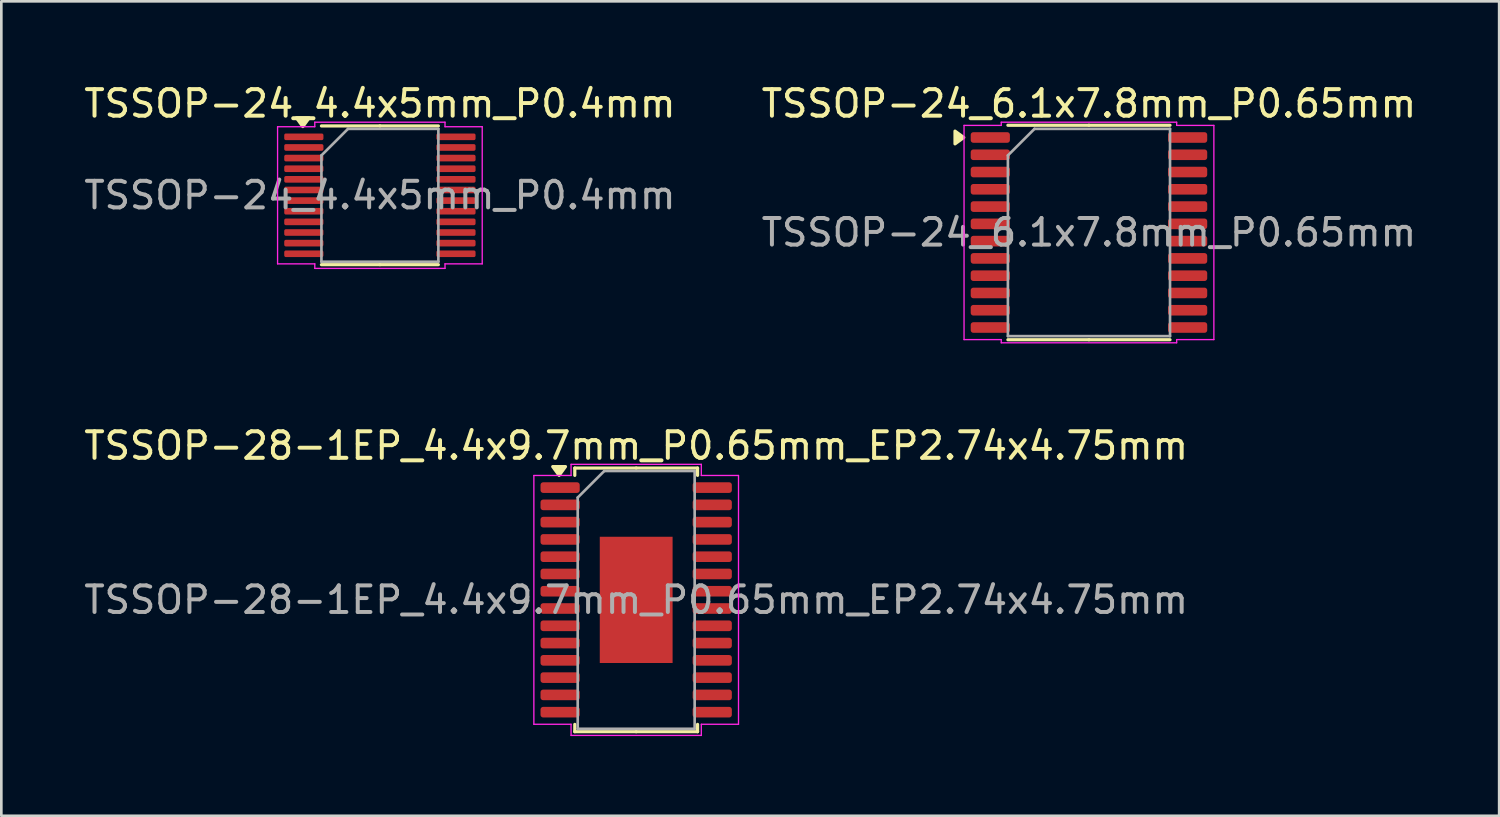
<source format=kicad_pcb>
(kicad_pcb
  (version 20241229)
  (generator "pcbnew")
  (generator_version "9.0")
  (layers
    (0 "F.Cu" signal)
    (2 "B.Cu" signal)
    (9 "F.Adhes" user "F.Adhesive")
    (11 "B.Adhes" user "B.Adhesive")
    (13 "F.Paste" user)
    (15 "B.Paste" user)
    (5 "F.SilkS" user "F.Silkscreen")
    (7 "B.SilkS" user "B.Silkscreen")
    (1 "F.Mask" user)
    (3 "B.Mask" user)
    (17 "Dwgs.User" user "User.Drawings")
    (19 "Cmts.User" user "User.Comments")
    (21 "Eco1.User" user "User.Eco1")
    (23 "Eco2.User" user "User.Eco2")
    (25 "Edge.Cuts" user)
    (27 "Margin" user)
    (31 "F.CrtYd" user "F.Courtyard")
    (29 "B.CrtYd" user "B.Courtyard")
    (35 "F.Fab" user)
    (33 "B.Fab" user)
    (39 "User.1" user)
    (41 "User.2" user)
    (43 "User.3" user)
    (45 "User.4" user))
  (footprint "TSSOP-28-1EP_4.4x9.7mm_P0.65mm_EP2.74x4.75mm"
    (layer "F.Cu")
    (at 20.887 19.521)
    (property "Reference" "TSSOP-28-1EP_4.4x9.7mm_P0.65mm_EP2.74x4.75mm" (at 0 -5.8 0) (layer "F.SilkS") (effects (font (size 1 1) (thickness 0.15))))
    (attr smd)
    (fp_line (start -2.31 -4.96) (end -2.31 -4.685) (stroke (width 0.12) (type solid)) (layer "F.SilkS"))
    (fp_line (start -2.31 4.96) (end -2.31 4.685) (stroke (width 0.12) (type solid)) (layer "F.SilkS"))
    (fp_line (start 0 -4.96) (end -2.31 -4.96) (stroke (width 0.12) (type solid)) (layer "F.SilkS"))
    (fp_line (start 0 -4.96) (end 2.31 -4.96) (stroke (width 0.12) (type solid)) (layer "F.SilkS"))
    (fp_line (start 0 4.96) (end -2.31 4.96) (stroke (width 0.12) (type solid)) (layer "F.SilkS"))
    (fp_line (start 0 4.96) (end 2.31 4.96) (stroke (width 0.12) (type solid)) (layer "F.SilkS"))
    (fp_line (start 2.31 -4.96) (end 2.31 -4.685) (stroke (width 0.12) (type solid)) (layer "F.SilkS"))
    (fp_line (start 2.31 4.96) (end 2.31 4.685) (stroke (width 0.12) (type solid)) (layer "F.SilkS"))
    (fp_poly (pts (xy -2.9 -4.685) (xy -3.14 -5.015) (xy -2.66 -5.015)) (stroke (width 0.12) (type solid)) (fill yes) (layer "F.SilkS"))
    (fp_line (start -3.85 -4.68) (end -2.45 -4.68) (stroke (width 0.05) (type solid)) (layer "F.CrtYd"))
    (fp_line (start -3.85 4.68) (end -3.85 -4.68) (stroke (width 0.05) (type solid)) (layer "F.CrtYd"))
    (fp_line (start -2.45 -5.1) (end 2.45 -5.1) (stroke (width 0.05) (type solid)) (layer "F.CrtYd"))
    (fp_line (start -2.45 -4.68) (end -2.45 -5.1) (stroke (width 0.05) (type solid)) (layer "F.CrtYd"))
    (fp_line (start -2.45 4.68) (end -3.85 4.68) (stroke (width 0.05) (type solid)) (layer "F.CrtYd"))
    (fp_line (start -2.45 5.1) (end -2.45 4.68) (stroke (width 0.05) (type solid)) (layer "F.CrtYd"))
    (fp_line (start 2.45 -5.1) (end 2.45 -4.68) (stroke (width 0.05) (type solid)) (layer "F.CrtYd"))
    (fp_line (start 2.45 -4.68) (end 3.85 -4.68) (stroke (width 0.05) (type solid)) (layer "F.CrtYd"))
    (fp_line (start 2.45 4.68) (end 2.45 5.1) (stroke (width 0.05) (type solid)) (layer "F.CrtYd"))
    (fp_line (start 2.45 5.1) (end -2.45 5.1) (stroke (width 0.05) (type solid)) (layer "F.CrtYd"))
    (fp_line (start 3.85 -4.68) (end 3.85 4.68) (stroke (width 0.05) (type solid)) (layer "F.CrtYd"))
    (fp_line (start 3.85 4.68) (end 2.45 4.68) (stroke (width 0.05) (type solid)) (layer "F.CrtYd"))
    (fp_line (start -2.2 -3.85) (end -1.2 -4.85) (stroke (width 0.1) (type solid)) (layer "F.Fab"))
    (fp_line (start -2.2 4.85) (end -2.2 -3.85) (stroke (width 0.1) (type solid)) (layer "F.Fab"))
    (fp_line (start -1.2 -4.85) (end 2.2 -4.85) (stroke (width 0.1) (type solid)) (layer "F.Fab"))
    (fp_line (start 2.2 -4.85) (end 2.2 4.85) (stroke (width 0.1) (type solid)) (layer "F.Fab"))
    (fp_line (start 2.2 4.85) (end -2.2 4.85) (stroke (width 0.1) (type solid)) (layer "F.Fab"))
    (fp_text user "${REFERENCE}" (at 0 0 0) (layer "F.Fab") (effects (font (size 1 1) (thickness 0.15))))
    (pad "" smd roundrect (at -0.685 -1.58) (size 1.1 1.28) (layers "F.Paste") (roundrect_rratio 0.227))
    (pad "" smd roundrect (at -0.685 0) (size 1.1 1.28) (layers "F.Paste") (roundrect_rratio 0.227))
    (pad "" smd roundrect (at -0.685 1.58) (size 1.1 1.28) (layers "F.Paste") (roundrect_rratio 0.227))
    (pad "" smd roundrect (at 0.685 -1.58) (size 1.1 1.28) (layers "F.Paste") (roundrect_rratio 0.227))
    (pad "" smd roundrect (at 0.685 0) (size 1.1 1.28) (layers "F.Paste") (roundrect_rratio 0.227))
    (pad "" smd roundrect (at 0.685 1.58) (size 1.1 1.28) (layers "F.Paste") (roundrect_rratio 0.227))
    (pad "1" smd roundrect (at -2.862 -4.225) (size 1.475 0.4) (layers "F.Cu" "F.Mask" "F.Paste") (roundrect_rratio 0.25))
    (pad "2" smd roundrect (at -2.862 -3.575) (size 1.475 0.4) (layers "F.Cu" "F.Mask" "F.Paste") (roundrect_rratio 0.25))
    (pad "3" smd roundrect (at -2.862 -2.925) (size 1.475 0.4) (layers "F.Cu" "F.Mask" "F.Paste") (roundrect_rratio 0.25))
    (pad "4" smd roundrect (at -2.862 -2.275) (size 1.475 0.4) (layers "F.Cu" "F.Mask" "F.Paste") (roundrect_rratio 0.25))
    (pad "5" smd roundrect (at -2.862 -1.625) (size 1.475 0.4) (layers "F.Cu" "F.Mask" "F.Paste") (roundrect_rratio 0.25))
    (pad "6" smd roundrect (at -2.862 -0.975) (size 1.475 0.4) (layers "F.Cu" "F.Mask" "F.Paste") (roundrect_rratio 0.25))
    (pad "7" smd roundrect (at -2.862 -0.325) (size 1.475 0.4) (layers "F.Cu" "F.Mask" "F.Paste") (roundrect_rratio 0.25))
    (pad "8" smd roundrect (at -2.862 0.325) (size 1.475 0.4) (layers "F.Cu" "F.Mask" "F.Paste") (roundrect_rratio 0.25))
    (pad "9" smd roundrect (at -2.862 0.975) (size 1.475 0.4) (layers "F.Cu" "F.Mask" "F.Paste") (roundrect_rratio 0.25))
    (pad "10" smd roundrect (at -2.862 1.625) (size 1.475 0.4) (layers "F.Cu" "F.Mask" "F.Paste") (roundrect_rratio 0.25))
    (pad "11" smd roundrect (at -2.862 2.275) (size 1.475 0.4) (layers "F.Cu" "F.Mask" "F.Paste") (roundrect_rratio 0.25))
    (pad "12" smd roundrect (at -2.862 2.925) (size 1.475 0.4) (layers "F.Cu" "F.Mask" "F.Paste") (roundrect_rratio 0.25))
    (pad "13" smd roundrect (at -2.862 3.575) (size 1.475 0.4) (layers "F.Cu" "F.Mask" "F.Paste") (roundrect_rratio 0.25))
    (pad "14" smd roundrect (at -2.862 4.225) (size 1.475 0.4) (layers "F.Cu" "F.Mask" "F.Paste") (roundrect_rratio 0.25))
    (pad "15" smd roundrect (at 2.862 4.225) (size 1.475 0.4) (layers "F.Cu" "F.Mask" "F.Paste") (roundrect_rratio 0.25))
    (pad "16" smd roundrect (at 2.862 3.575) (size 1.475 0.4) (layers "F.Cu" "F.Mask" "F.Paste") (roundrect_rratio 0.25))
    (pad "17" smd roundrect (at 2.862 2.925) (size 1.475 0.4) (layers "F.Cu" "F.Mask" "F.Paste") (roundrect_rratio 0.25))
    (pad "18" smd roundrect (at 2.862 2.275) (size 1.475 0.4) (layers "F.Cu" "F.Mask" "F.Paste") (roundrect_rratio 0.25))
    (pad "19" smd roundrect (at 2.862 1.625) (size 1.475 0.4) (layers "F.Cu" "F.Mask" "F.Paste") (roundrect_rratio 0.25))
    (pad "20" smd roundrect (at 2.862 0.975) (size 1.475 0.4) (layers "F.Cu" "F.Mask" "F.Paste") (roundrect_rratio 0.25))
    (pad "21" smd roundrect (at 2.862 0.325) (size 1.475 0.4) (layers "F.Cu" "F.Mask" "F.Paste") (roundrect_rratio 0.25))
    (pad "22" smd roundrect (at 2.862 -0.325) (size 1.475 0.4) (layers "F.Cu" "F.Mask" "F.Paste") (roundrect_rratio 0.25))
    (pad "23" smd roundrect (at 2.862 -0.975) (size 1.475 0.4) (layers "F.Cu" "F.Mask" "F.Paste") (roundrect_rratio 0.25))
    (pad "24" smd roundrect (at 2.862 -1.625) (size 1.475 0.4) (layers "F.Cu" "F.Mask" "F.Paste") (roundrect_rratio 0.25))
    (pad "25" smd roundrect (at 2.862 -2.275) (size 1.475 0.4) (layers "F.Cu" "F.Mask" "F.Paste") (roundrect_rratio 0.25))
    (pad "26" smd roundrect (at 2.862 -2.925) (size 1.475 0.4) (layers "F.Cu" "F.Mask" "F.Paste") (roundrect_rratio 0.25))
    (pad "27" smd roundrect (at 2.862 -3.575) (size 1.475 0.4) (layers "F.Cu" "F.Mask" "F.Paste") (roundrect_rratio 0.25))
    (pad "28" smd roundrect (at 2.862 -4.225) (size 1.475 0.4) (layers "F.Cu" "F.Mask" "F.Paste") (roundrect_rratio 0.25))
    (pad "29" smd rect (at 0 0) (size 2.74 4.75) (property pad_prop_heatsink) (layers "F.Cu" "F.Mask")))
  (footprint "TSSOP-24_6.1x7.8mm_P0.65mm"
    (layer "F.Cu")
    (at 37.923 5.698)
    (property "Reference" "TSSOP-24_6.1x7.8mm_P0.65mm" (at 0 -4.85 0) (layer "F.SilkS") (effects (font (size 1 1) (thickness 0.15))))
    (attr smd)
    (fp_line (start 0 -4.035) (end -3.05 -4.035) (stroke (width 0.12) (type solid)) (layer "F.SilkS"))
    (fp_line (start 0 -4.035) (end 3.05 -4.035) (stroke (width 0.12) (type solid)) (layer "F.SilkS"))
    (fp_line (start 0 4.035) (end -3.05 4.035) (stroke (width 0.12) (type solid)) (layer "F.SilkS"))
    (fp_line (start 0 4.035) (end 3.05 4.035) (stroke (width 0.12) (type solid)) (layer "F.SilkS"))
    (fp_poly (pts (xy -4.71 -3.575) (xy -5.04 -3.335) (xy -5.04 -3.815)) (stroke (width 0.12) (type solid)) (fill yes) (layer "F.SilkS"))
    (fp_line (start -4.7 -4.03) (end -3.3 -4.03) (stroke (width 0.05) (type solid)) (layer "F.CrtYd"))
    (fp_line (start -4.7 4.03) (end -4.7 -4.03) (stroke (width 0.05) (type solid)) (layer "F.CrtYd"))
    (fp_line (start -3.3 -4.15) (end 3.3 -4.15) (stroke (width 0.05) (type solid)) (layer "F.CrtYd"))
    (fp_line (start -3.3 -4.03) (end -3.3 -4.15) (stroke (width 0.05) (type solid)) (layer "F.CrtYd"))
    (fp_line (start -3.3 4.03) (end -4.7 4.03) (stroke (width 0.05) (type solid)) (layer "F.CrtYd"))
    (fp_line (start -3.3 4.15) (end -3.3 4.03) (stroke (width 0.05) (type solid)) (layer "F.CrtYd"))
    (fp_line (start 3.3 -4.15) (end 3.3 -4.03) (stroke (width 0.05) (type solid)) (layer "F.CrtYd"))
    (fp_line (start 3.3 -4.03) (end 4.7 -4.03) (stroke (width 0.05) (type solid)) (layer "F.CrtYd"))
    (fp_line (start 3.3 4.03) (end 3.3 4.15) (stroke (width 0.05) (type solid)) (layer "F.CrtYd"))
    (fp_line (start 3.3 4.15) (end -3.3 4.15) (stroke (width 0.05) (type solid)) (layer "F.CrtYd"))
    (fp_line (start 4.7 -4.03) (end 4.7 4.03) (stroke (width 0.05) (type solid)) (layer "F.CrtYd"))
    (fp_line (start 4.7 4.03) (end 3.3 4.03) (stroke (width 0.05) (type solid)) (layer "F.CrtYd"))
    (fp_line (start -3.05 -2.9) (end -2.05 -3.9) (stroke (width 0.1) (type solid)) (layer "F.Fab"))
    (fp_line (start -3.05 3.9) (end -3.05 -2.9) (stroke (width 0.1) (type solid)) (layer "F.Fab"))
    (fp_line (start -2.05 -3.9) (end 3.05 -3.9) (stroke (width 0.1) (type solid)) (layer "F.Fab"))
    (fp_line (start 3.05 -3.9) (end 3.05 3.9) (stroke (width 0.1) (type solid)) (layer "F.Fab"))
    (fp_line (start 3.05 3.9) (end -3.05 3.9) (stroke (width 0.1) (type solid)) (layer "F.Fab"))
    (fp_text user "${REFERENCE}" (at 0 0 0) (layer "F.Fab") (effects (font (size 1 1) (thickness 0.15))))
    (pad "1" smd roundrect (at -3.712 -3.575) (size 1.475 0.4) (layers "F.Cu" "F.Mask" "F.Paste") (roundrect_rratio 0.25))
    (pad "2" smd roundrect (at -3.712 -2.925) (size 1.475 0.4) (layers "F.Cu" "F.Mask" "F.Paste") (roundrect_rratio 0.25))
    (pad "3" smd roundrect (at -3.712 -2.275) (size 1.475 0.4) (layers "F.Cu" "F.Mask" "F.Paste") (roundrect_rratio 0.25))
    (pad "4" smd roundrect (at -3.712 -1.625) (size 1.475 0.4) (layers "F.Cu" "F.Mask" "F.Paste") (roundrect_rratio 0.25))
    (pad "5" smd roundrect (at -3.712 -0.975) (size 1.475 0.4) (layers "F.Cu" "F.Mask" "F.Paste") (roundrect_rratio 0.25))
    (pad "6" smd roundrect (at -3.712 -0.325) (size 1.475 0.4) (layers "F.Cu" "F.Mask" "F.Paste") (roundrect_rratio 0.25))
    (pad "7" smd roundrect (at -3.712 0.325) (size 1.475 0.4) (layers "F.Cu" "F.Mask" "F.Paste") (roundrect_rratio 0.25))
    (pad "8" smd roundrect (at -3.712 0.975) (size 1.475 0.4) (layers "F.Cu" "F.Mask" "F.Paste") (roundrect_rratio 0.25))
    (pad "9" smd roundrect (at -3.712 1.625) (size 1.475 0.4) (layers "F.Cu" "F.Mask" "F.Paste") (roundrect_rratio 0.25))
    (pad "10" smd roundrect (at -3.712 2.275) (size 1.475 0.4) (layers "F.Cu" "F.Mask" "F.Paste") (roundrect_rratio 0.25))
    (pad "11" smd roundrect (at -3.712 2.925) (size 1.475 0.4) (layers "F.Cu" "F.Mask" "F.Paste") (roundrect_rratio 0.25))
    (pad "12" smd roundrect (at -3.712 3.575) (size 1.475 0.4) (layers "F.Cu" "F.Mask" "F.Paste") (roundrect_rratio 0.25))
    (pad "13" smd roundrect (at 3.712 3.575) (size 1.475 0.4) (layers "F.Cu" "F.Mask" "F.Paste") (roundrect_rratio 0.25))
    (pad "14" smd roundrect (at 3.712 2.925) (size 1.475 0.4) (layers "F.Cu" "F.Mask" "F.Paste") (roundrect_rratio 0.25))
    (pad "15" smd roundrect (at 3.712 2.275) (size 1.475 0.4) (layers "F.Cu" "F.Mask" "F.Paste") (roundrect_rratio 0.25))
    (pad "16" smd roundrect (at 3.712 1.625) (size 1.475 0.4) (layers "F.Cu" "F.Mask" "F.Paste") (roundrect_rratio 0.25))
    (pad "17" smd roundrect (at 3.712 0.975) (size 1.475 0.4) (layers "F.Cu" "F.Mask" "F.Paste") (roundrect_rratio 0.25))
    (pad "18" smd roundrect (at 3.712 0.325) (size 1.475 0.4) (layers "F.Cu" "F.Mask" "F.Paste") (roundrect_rratio 0.25))
    (pad "19" smd roundrect (at 3.712 -0.325) (size 1.475 0.4) (layers "F.Cu" "F.Mask" "F.Paste") (roundrect_rratio 0.25))
    (pad "20" smd roundrect (at 3.712 -0.975) (size 1.475 0.4) (layers "F.Cu" "F.Mask" "F.Paste") (roundrect_rratio 0.25))
    (pad "21" smd roundrect (at 3.712 -1.625) (size 1.475 0.4) (layers "F.Cu" "F.Mask" "F.Paste") (roundrect_rratio 0.25))
    (pad "22" smd roundrect (at 3.712 -2.275) (size 1.475 0.4) (layers "F.Cu" "F.Mask" "F.Paste") (roundrect_rratio 0.25))
    (pad "23" smd roundrect (at 3.712 -2.925) (size 1.475 0.4) (layers "F.Cu" "F.Mask" "F.Paste") (roundrect_rratio 0.25))
    (pad "24" smd roundrect (at 3.712 -3.575) (size 1.475 0.4) (layers "F.Cu" "F.Mask" "F.Paste") (roundrect_rratio 0.25)))
  (footprint "TSSOP-24_4.4x5mm_P0.4mm"
    (layer "F.Cu")
    (at 11.244 4.298)
    (property "Reference" "TSSOP-24_4.4x5mm_P0.4mm" (at 0 -3.45 0) (layer "F.SilkS") (effects (font (size 1 1) (thickness 0.15))))
    (attr smd)
    (fp_line (start 0 -2.61) (end -2.2 -2.61) (stroke (width 0.12) (type solid)) (layer "F.SilkS"))
    (fp_line (start 0 -2.61) (end 2.2 -2.61) (stroke (width 0.12) (type solid)) (layer "F.SilkS"))
    (fp_line (start 0 2.61) (end -2.2 2.61) (stroke (width 0.12) (type solid)) (layer "F.SilkS"))
    (fp_line (start 0 2.61) (end 2.2 2.61) (stroke (width 0.12) (type solid)) (layer "F.SilkS"))
    (fp_poly (pts (xy -2.9 -2.585) (xy -3.14 -2.915) (xy -2.66 -2.915)) (stroke (width 0.12) (type solid)) (fill yes) (layer "F.SilkS"))
    (fp_line (start -3.85 -2.58) (end -2.45 -2.58) (stroke (width 0.05) (type solid)) (layer "F.CrtYd"))
    (fp_line (start -3.85 2.58) (end -3.85 -2.58) (stroke (width 0.05) (type solid)) (layer "F.CrtYd"))
    (fp_line (start -2.45 -2.75) (end 2.45 -2.75) (stroke (width 0.05) (type solid)) (layer "F.CrtYd"))
    (fp_line (start -2.45 -2.58) (end -2.45 -2.75) (stroke (width 0.05) (type solid)) (layer "F.CrtYd"))
    (fp_line (start -2.45 2.58) (end -3.85 2.58) (stroke (width 0.05) (type solid)) (layer "F.CrtYd"))
    (fp_line (start -2.45 2.75) (end -2.45 2.58) (stroke (width 0.05) (type solid)) (layer "F.CrtYd"))
    (fp_line (start 2.45 -2.75) (end 2.45 -2.58) (stroke (width 0.05) (type solid)) (layer "F.CrtYd"))
    (fp_line (start 2.45 -2.58) (end 3.85 -2.58) (stroke (width 0.05) (type solid)) (layer "F.CrtYd"))
    (fp_line (start 2.45 2.58) (end 2.45 2.75) (stroke (width 0.05) (type solid)) (layer "F.CrtYd"))
    (fp_line (start 2.45 2.75) (end -2.45 2.75) (stroke (width 0.05) (type solid)) (layer "F.CrtYd"))
    (fp_line (start 3.85 -2.58) (end 3.85 2.58) (stroke (width 0.05) (type solid)) (layer "F.CrtYd"))
    (fp_line (start 3.85 2.58) (end 2.45 2.58) (stroke (width 0.05) (type solid)) (layer "F.CrtYd"))
    (fp_line (start -2.2 -1.5) (end -1.2 -2.5) (stroke (width 0.1) (type solid)) (layer "F.Fab"))
    (fp_line (start -2.2 2.5) (end -2.2 -1.5) (stroke (width 0.1) (type solid)) (layer "F.Fab"))
    (fp_line (start -1.2 -2.5) (end 2.2 -2.5) (stroke (width 0.1) (type solid)) (layer "F.Fab"))
    (fp_line (start 2.2 -2.5) (end 2.2 2.5) (stroke (width 0.1) (type solid)) (layer "F.Fab"))
    (fp_line (start 2.2 2.5) (end -2.2 2.5) (stroke (width 0.1) (type solid)) (layer "F.Fab"))
    (fp_text user "${REFERENCE}" (at 0 0 0) (layer "F.Fab") (effects (font (size 1 1) (thickness 0.15))))
    (pad "1" smd roundrect (at -2.862 -2.2) (size 1.475 0.25) (layers "F.Cu" "F.Mask" "F.Paste") (roundrect_rratio 0.25))
    (pad "2" smd roundrect (at -2.862 -1.8) (size 1.475 0.25) (layers "F.Cu" "F.Mask" "F.Paste") (roundrect_rratio 0.25))
    (pad "3" smd roundrect (at -2.862 -1.4) (size 1.475 0.25) (layers "F.Cu" "F.Mask" "F.Paste") (roundrect_rratio 0.25))
    (pad "4" smd roundrect (at -2.862 -1) (size 1.475 0.25) (layers "F.Cu" "F.Mask" "F.Paste") (roundrect_rratio 0.25))
    (pad "5" smd roundrect (at -2.862 -0.6) (size 1.475 0.25) (layers "F.Cu" "F.Mask" "F.Paste") (roundrect_rratio 0.25))
    (pad "6" smd roundrect (at -2.862 -0.2) (size 1.475 0.25) (layers "F.Cu" "F.Mask" "F.Paste") (roundrect_rratio 0.25))
    (pad "7" smd roundrect (at -2.862 0.2) (size 1.475 0.25) (layers "F.Cu" "F.Mask" "F.Paste") (roundrect_rratio 0.25))
    (pad "8" smd roundrect (at -2.862 0.6) (size 1.475 0.25) (layers "F.Cu" "F.Mask" "F.Paste") (roundrect_rratio 0.25))
    (pad "9" smd roundrect (at -2.862 1) (size 1.475 0.25) (layers "F.Cu" "F.Mask" "F.Paste") (roundrect_rratio 0.25))
    (pad "10" smd roundrect (at -2.862 1.4) (size 1.475 0.25) (layers "F.Cu" "F.Mask" "F.Paste") (roundrect_rratio 0.25))
    (pad "11" smd roundrect (at -2.862 1.8) (size 1.475 0.25) (layers "F.Cu" "F.Mask" "F.Paste") (roundrect_rratio 0.25))
    (pad "12" smd roundrect (at -2.862 2.2) (size 1.475 0.25) (layers "F.Cu" "F.Mask" "F.Paste") (roundrect_rratio 0.25))
    (pad "13" smd roundrect (at 2.862 2.2) (size 1.475 0.25) (layers "F.Cu" "F.Mask" "F.Paste") (roundrect_rratio 0.25))
    (pad "14" smd roundrect (at 2.862 1.8) (size 1.475 0.25) (layers "F.Cu" "F.Mask" "F.Paste") (roundrect_rratio 0.25))
    (pad "15" smd roundrect (at 2.862 1.4) (size 1.475 0.25) (layers "F.Cu" "F.Mask" "F.Paste") (roundrect_rratio 0.25))
    (pad "16" smd roundrect (at 2.862 1) (size 1.475 0.25) (layers "F.Cu" "F.Mask" "F.Paste") (roundrect_rratio 0.25))
    (pad "17" smd roundrect (at 2.862 0.6) (size 1.475 0.25) (layers "F.Cu" "F.Mask" "F.Paste") (roundrect_rratio 0.25))
    (pad "18" smd roundrect (at 2.862 0.2) (size 1.475 0.25) (layers "F.Cu" "F.Mask" "F.Paste") (roundrect_rratio 0.25))
    (pad "19" smd roundrect (at 2.862 -0.2) (size 1.475 0.25) (layers "F.Cu" "F.Mask" "F.Paste") (roundrect_rratio 0.25))
    (pad "20" smd roundrect (at 2.862 -0.6) (size 1.475 0.25) (layers "F.Cu" "F.Mask" "F.Paste") (roundrect_rratio 0.25))
    (pad "21" smd roundrect (at 2.862 -1) (size 1.475 0.25) (layers "F.Cu" "F.Mask" "F.Paste") (roundrect_rratio 0.25))
    (pad "22" smd roundrect (at 2.862 -1.4) (size 1.475 0.25) (layers "F.Cu" "F.Mask" "F.Paste") (roundrect_rratio 0.25))
    (pad "23" smd roundrect (at 2.862 -1.8) (size 1.475 0.25) (layers "F.Cu" "F.Mask" "F.Paste") (roundrect_rratio 0.25))
    (pad "24" smd roundrect (at 2.862 -2.2) (size 1.475 0.25) (layers "F.Cu" "F.Mask" "F.Paste") (roundrect_rratio 0.25)))
  (gr_rect
    (start -3 -3)
    (end 53.357 27.646)
    (stroke (width 0.1) (type default))
    (fill no)
    (layer "Edge.Cuts")))
</source>
